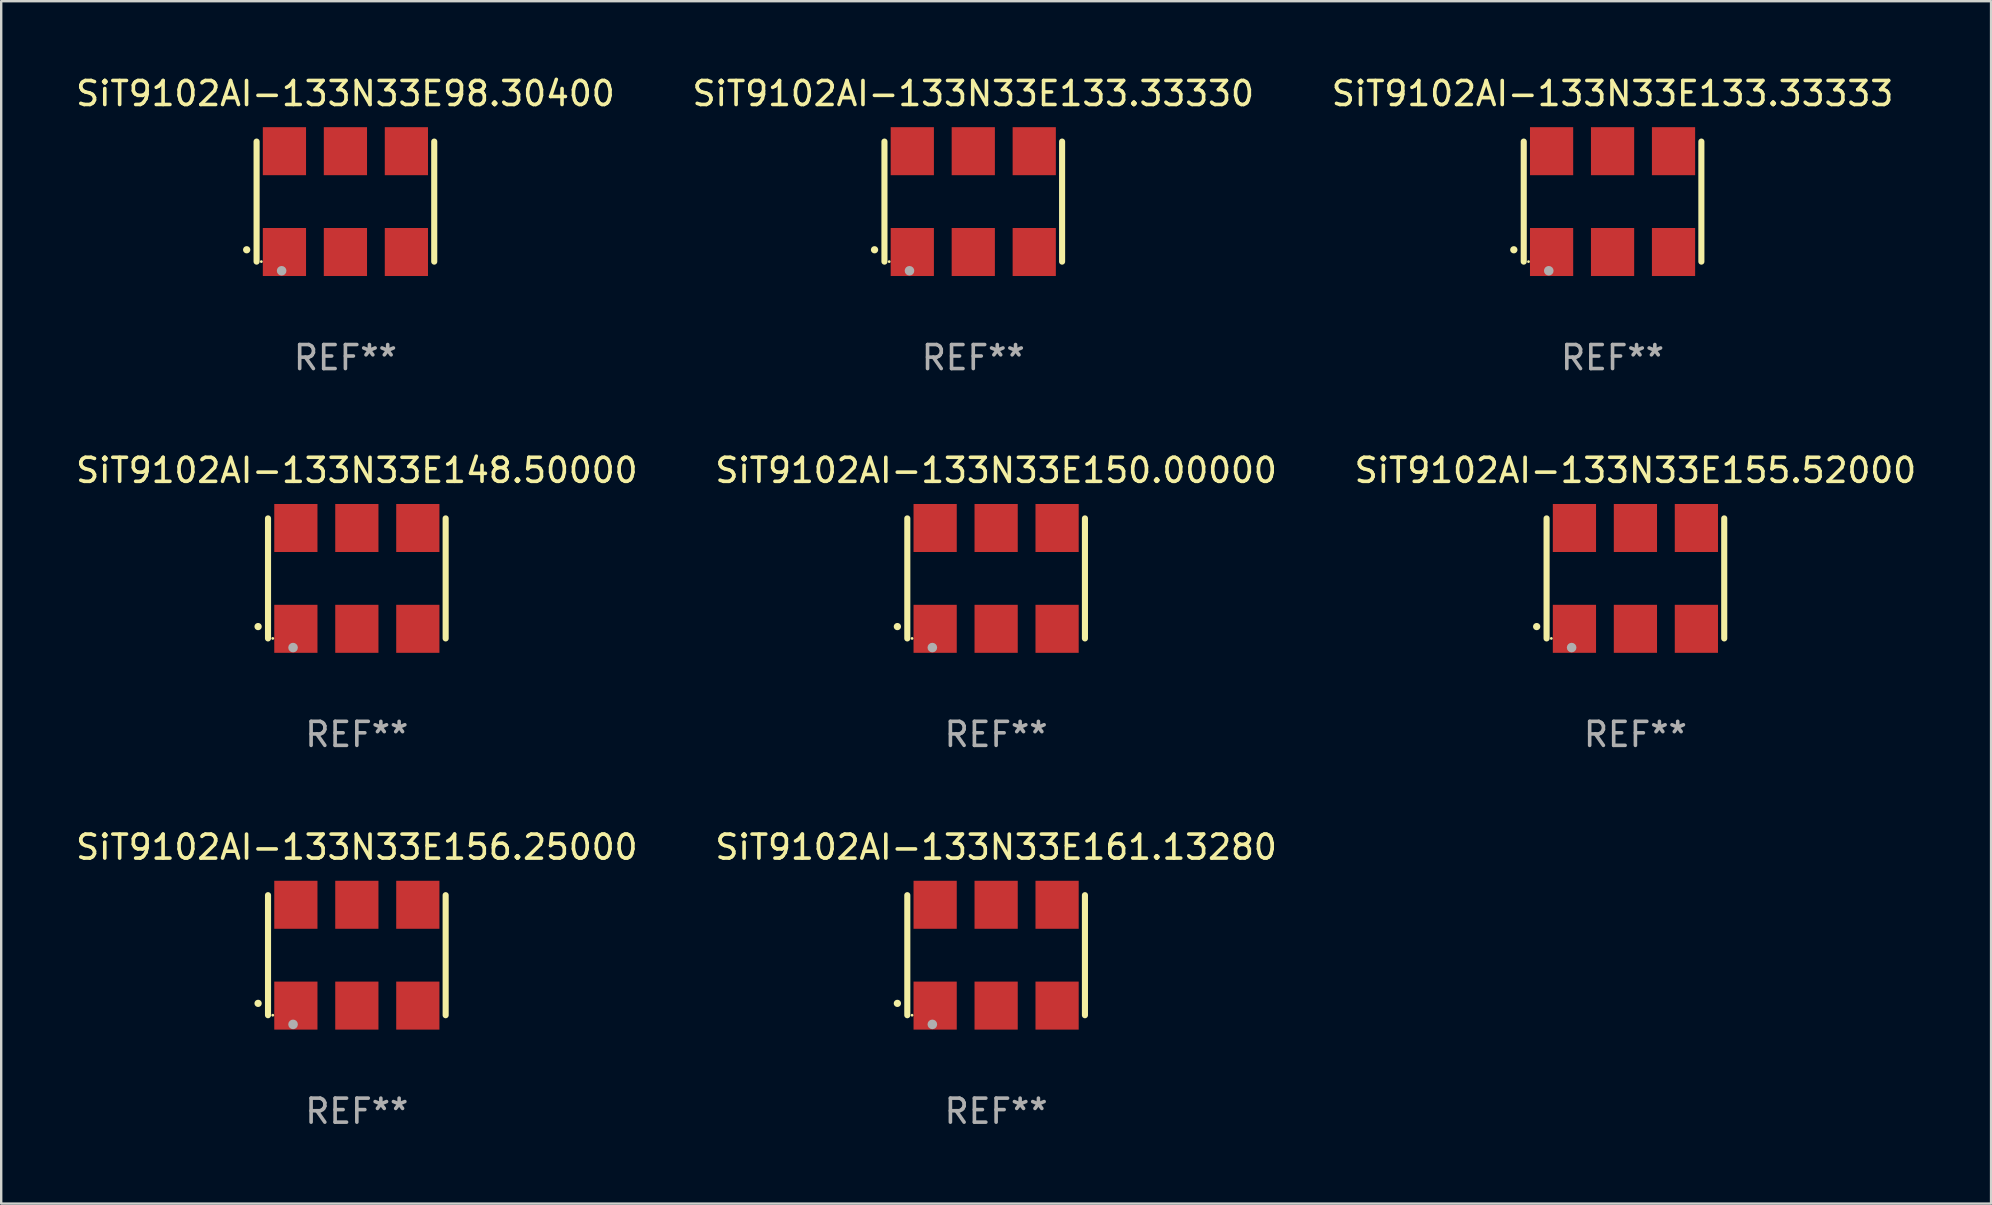
<source format=kicad_pcb>
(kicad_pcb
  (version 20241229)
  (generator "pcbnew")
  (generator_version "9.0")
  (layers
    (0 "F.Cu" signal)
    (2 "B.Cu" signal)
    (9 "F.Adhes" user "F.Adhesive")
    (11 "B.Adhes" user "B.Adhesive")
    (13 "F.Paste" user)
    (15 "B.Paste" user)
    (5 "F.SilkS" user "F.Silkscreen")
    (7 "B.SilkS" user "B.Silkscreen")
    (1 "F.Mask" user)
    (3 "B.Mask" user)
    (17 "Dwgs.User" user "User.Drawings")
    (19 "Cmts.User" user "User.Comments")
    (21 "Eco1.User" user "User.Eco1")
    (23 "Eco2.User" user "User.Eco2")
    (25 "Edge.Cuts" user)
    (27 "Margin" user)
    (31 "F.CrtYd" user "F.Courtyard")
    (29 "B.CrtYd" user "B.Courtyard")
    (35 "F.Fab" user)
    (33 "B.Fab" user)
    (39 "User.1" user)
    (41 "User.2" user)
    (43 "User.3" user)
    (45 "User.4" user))
  (footprint "SiT9102AI-133N33E133.33333"
    (layer "F.Cu")
    (at 64.125 5.348)
    (property "Reference" "SiT9102AI-133N33E133.33333" (at 0 -4.5 0) (layer "F.SilkS") (effects (font (size 1 1) (thickness 0.15))))
    (attr through_hole)
    (fp_line (start -3.7 -2.5) (end -3.7 2.5) (stroke (width 0.254) (type solid)) (layer "F.SilkS"))
    (fp_line (start 3.7 -2.5) (end 3.7 2.5) (stroke (width 0.254) (type solid)) (layer "F.SilkS"))
    (fp_arc (start -4.114415 2.006604) (mid -4.113145 2.006599) (end -4.111875 2.006604) (stroke (width 0.3) (type solid)) (layer "F.SilkS"))
    (fp_circle (center -3.502 2.5) (end -3.472 2.5) (stroke (width 0.06) (type solid)) (fill no) (layer "F.SilkS"))
    (fp_circle (center -2.657 2.882) (end -2.557 2.882) (stroke (width 0.2) (type solid)) (fill no) (layer "F.Fab"))
    (fp_text user "REF**" (at 0 6.5 0) (layer "F.Fab") (effects (font (size 1 1) (thickness 0.15))))
    (pad "1" smd rect (at -2.54 2.1) (size 1.8 2) (layers "F.Cu" "F.Mask" "F.Paste"))
    (pad "2" smd rect (at 0.000394 2.1) (size 1.8 2) (layers "F.Cu" "F.Mask" "F.Paste"))
    (pad "3" smd rect (at 2.54 2.1) (size 1.8 2) (layers "F.Cu" "F.Mask" "F.Paste"))
    (pad "4" smd rect (at 2.54 -2.1) (size 1.8 2) (layers "F.Cu" "F.Mask" "F.Paste"))
    (pad "5" smd rect (at 0.000394 -2.1) (size 1.8 2) (layers "F.Cu" "F.Mask" "F.Paste"))
    (pad "6" smd rect (at -2.54 -2.1) (size 1.8 2) (layers "F.Cu" "F.Mask" "F.Paste")))
  (footprint "SiT9102AI-133N33E150.00000"
    (layer "F.Cu")
    (at 38.446 21.045)
    (property "Reference" "SiT9102AI-133N33E150.00000" (at 0 -4.5 0) (layer "F.SilkS") (effects (font (size 1 1) (thickness 0.15))))
    (attr through_hole)
    (fp_line (start -3.7 -2.5) (end -3.7 2.5) (stroke (width 0.254) (type solid)) (layer "F.SilkS"))
    (fp_line (start 3.7 -2.5) (end 3.7 2.5) (stroke (width 0.254) (type solid)) (layer "F.SilkS"))
    (fp_arc (start -4.114415 2.006604) (mid -4.113145 2.006599) (end -4.111875 2.006604) (stroke (width 0.3) (type solid)) (layer "F.SilkS"))
    (fp_circle (center -3.502 2.5) (end -3.472 2.5) (stroke (width 0.06) (type solid)) (fill no) (layer "F.SilkS"))
    (fp_circle (center -2.657 2.882) (end -2.557 2.882) (stroke (width 0.2) (type solid)) (fill no) (layer "F.Fab"))
    (fp_text user "REF**" (at 0 6.5 0) (layer "F.Fab") (effects (font (size 1 1) (thickness 0.15))))
    (pad "1" smd rect (at -2.54 2.1) (size 1.8 2) (layers "F.Cu" "F.Mask" "F.Paste"))
    (pad "2" smd rect (at 0.000394 2.1) (size 1.8 2) (layers "F.Cu" "F.Mask" "F.Paste"))
    (pad "3" smd rect (at 2.54 2.1) (size 1.8 2) (layers "F.Cu" "F.Mask" "F.Paste"))
    (pad "4" smd rect (at 2.54 -2.1) (size 1.8 2) (layers "F.Cu" "F.Mask" "F.Paste"))
    (pad "5" smd rect (at 0.000394 -2.1) (size 1.8 2) (layers "F.Cu" "F.Mask" "F.Paste"))
    (pad "6" smd rect (at -2.54 -2.1) (size 1.8 2) (layers "F.Cu" "F.Mask" "F.Paste")))
  (footprint "SiT9102AI-133N33E98.30400"
    (layer "F.Cu")
    (at 11.339 5.348)
    (property "Reference" "SiT9102AI-133N33E98.30400" (at 0 -4.5 0) (layer "F.SilkS") (effects (font (size 1 1) (thickness 0.15))))
    (attr through_hole)
    (fp_line (start -3.7 -2.5) (end -3.7 2.5) (stroke (width 0.254) (type solid)) (layer "F.SilkS"))
    (fp_line (start 3.7 -2.5) (end 3.7 2.5) (stroke (width 0.254) (type solid)) (layer "F.SilkS"))
    (fp_arc (start -4.114415 2.006604) (mid -4.113145 2.006599) (end -4.111875 2.006604) (stroke (width 0.3) (type solid)) (layer "F.SilkS"))
    (fp_circle (center -3.502 2.5) (end -3.472 2.5) (stroke (width 0.06) (type solid)) (fill no) (layer "F.SilkS"))
    (fp_circle (center -2.657 2.882) (end -2.557 2.882) (stroke (width 0.2) (type solid)) (fill no) (layer "F.Fab"))
    (fp_text user "REF**" (at 0 6.5 0) (layer "F.Fab") (effects (font (size 1 1) (thickness 0.15))))
    (pad "1" smd rect (at -2.54 2.1) (size 1.8 2) (layers "F.Cu" "F.Mask" "F.Paste"))
    (pad "2" smd rect (at 0.000394 2.1) (size 1.8 2) (layers "F.Cu" "F.Mask" "F.Paste"))
    (pad "3" smd rect (at 2.54 2.1) (size 1.8 2) (layers "F.Cu" "F.Mask" "F.Paste"))
    (pad "4" smd rect (at 2.54 -2.1) (size 1.8 2) (layers "F.Cu" "F.Mask" "F.Paste"))
    (pad "5" smd rect (at 0.000394 -2.1) (size 1.8 2) (layers "F.Cu" "F.Mask" "F.Paste"))
    (pad "6" smd rect (at -2.54 -2.1) (size 1.8 2) (layers "F.Cu" "F.Mask" "F.Paste")))
  (footprint "SiT9102AI-133N33E155.52000"
    (layer "F.Cu")
    (at 65.077 21.045)
    (property "Reference" "SiT9102AI-133N33E155.52000" (at 0 -4.5 0) (layer "F.SilkS") (effects (font (size 1 1) (thickness 0.15))))
    (attr through_hole)
    (fp_line (start -3.7 -2.5) (end -3.7 2.5) (stroke (width 0.254) (type solid)) (layer "F.SilkS"))
    (fp_line (start 3.7 -2.5) (end 3.7 2.5) (stroke (width 0.254) (type solid)) (layer "F.SilkS"))
    (fp_arc (start -4.114415 2.006604) (mid -4.113145 2.006599) (end -4.111875 2.006604) (stroke (width 0.3) (type solid)) (layer "F.SilkS"))
    (fp_circle (center -3.502 2.5) (end -3.472 2.5) (stroke (width 0.06) (type solid)) (fill no) (layer "F.SilkS"))
    (fp_circle (center -2.657 2.882) (end -2.557 2.882) (stroke (width 0.2) (type solid)) (fill no) (layer "F.Fab"))
    (fp_text user "REF**" (at 0 6.5 0) (layer "F.Fab") (effects (font (size 1 1) (thickness 0.15))))
    (pad "1" smd rect (at -2.54 2.1) (size 1.8 2) (layers "F.Cu" "F.Mask" "F.Paste"))
    (pad "2" smd rect (at 0.000394 2.1) (size 1.8 2) (layers "F.Cu" "F.Mask" "F.Paste"))
    (pad "3" smd rect (at 2.54 2.1) (size 1.8 2) (layers "F.Cu" "F.Mask" "F.Paste"))
    (pad "4" smd rect (at 2.54 -2.1) (size 1.8 2) (layers "F.Cu" "F.Mask" "F.Paste"))
    (pad "5" smd rect (at 0.000394 -2.1) (size 1.8 2) (layers "F.Cu" "F.Mask" "F.Paste"))
    (pad "6" smd rect (at -2.54 -2.1) (size 1.8 2) (layers "F.Cu" "F.Mask" "F.Paste")))
  (footprint "SiT9102AI-133N33E148.50000"
    (layer "F.Cu")
    (at 11.815 21.045)
    (property "Reference" "SiT9102AI-133N33E148.50000" (at 0 -4.5 0) (layer "F.SilkS") (effects (font (size 1 1) (thickness 0.15))))
    (attr through_hole)
    (fp_line (start -3.7 -2.5) (end -3.7 2.5) (stroke (width 0.254) (type solid)) (layer "F.SilkS"))
    (fp_line (start 3.7 -2.5) (end 3.7 2.5) (stroke (width 0.254) (type solid)) (layer "F.SilkS"))
    (fp_arc (start -4.114415 2.006604) (mid -4.113145 2.006599) (end -4.111875 2.006604) (stroke (width 0.3) (type solid)) (layer "F.SilkS"))
    (fp_circle (center -3.502 2.5) (end -3.472 2.5) (stroke (width 0.06) (type solid)) (fill no) (layer "F.SilkS"))
    (fp_circle (center -2.657 2.882) (end -2.557 2.882) (stroke (width 0.2) (type solid)) (fill no) (layer "F.Fab"))
    (fp_text user "REF**" (at 0 6.5 0) (layer "F.Fab") (effects (font (size 1 1) (thickness 0.15))))
    (pad "1" smd rect (at -2.54 2.1) (size 1.8 2) (layers "F.Cu" "F.Mask" "F.Paste"))
    (pad "2" smd rect (at 0.000394 2.1) (size 1.8 2) (layers "F.Cu" "F.Mask" "F.Paste"))
    (pad "3" smd rect (at 2.54 2.1) (size 1.8 2) (layers "F.Cu" "F.Mask" "F.Paste"))
    (pad "4" smd rect (at 2.54 -2.1) (size 1.8 2) (layers "F.Cu" "F.Mask" "F.Paste"))
    (pad "5" smd rect (at 0.000394 -2.1) (size 1.8 2) (layers "F.Cu" "F.Mask" "F.Paste"))
    (pad "6" smd rect (at -2.54 -2.1) (size 1.8 2) (layers "F.Cu" "F.Mask" "F.Paste")))
  (footprint "SiT9102AI-133N33E133.33330"
    (layer "F.Cu")
    (at 37.494 5.348)
    (property "Reference" "SiT9102AI-133N33E133.33330" (at 0 -4.5 0) (layer "F.SilkS") (effects (font (size 1 1) (thickness 0.15))))
    (attr through_hole)
    (fp_line (start -3.7 -2.5) (end -3.7 2.5) (stroke (width 0.254) (type solid)) (layer "F.SilkS"))
    (fp_line (start 3.7 -2.5) (end 3.7 2.5) (stroke (width 0.254) (type solid)) (layer "F.SilkS"))
    (fp_arc (start -4.114415 2.006604) (mid -4.113145 2.006599) (end -4.111875 2.006604) (stroke (width 0.3) (type solid)) (layer "F.SilkS"))
    (fp_circle (center -3.502 2.5) (end -3.472 2.5) (stroke (width 0.06) (type solid)) (fill no) (layer "F.SilkS"))
    (fp_circle (center -2.657 2.882) (end -2.557 2.882) (stroke (width 0.2) (type solid)) (fill no) (layer "F.Fab"))
    (fp_text user "REF**" (at 0 6.5 0) (layer "F.Fab") (effects (font (size 1 1) (thickness 0.15))))
    (pad "1" smd rect (at -2.54 2.1) (size 1.8 2) (layers "F.Cu" "F.Mask" "F.Paste"))
    (pad "2" smd rect (at 0.000394 2.1) (size 1.8 2) (layers "F.Cu" "F.Mask" "F.Paste"))
    (pad "3" smd rect (at 2.54 2.1) (size 1.8 2) (layers "F.Cu" "F.Mask" "F.Paste"))
    (pad "4" smd rect (at 2.54 -2.1) (size 1.8 2) (layers "F.Cu" "F.Mask" "F.Paste"))
    (pad "5" smd rect (at 0.000394 -2.1) (size 1.8 2) (layers "F.Cu" "F.Mask" "F.Paste"))
    (pad "6" smd rect (at -2.54 -2.1) (size 1.8 2) (layers "F.Cu" "F.Mask" "F.Paste")))
  (footprint "SiT9102AI-133N33E161.13280"
    (layer "F.Cu")
    (at 38.446 36.741)
    (property "Reference" "SiT9102AI-133N33E161.13280" (at 0 -4.5 0) (layer "F.SilkS") (effects (font (size 1 1) (thickness 0.15))))
    (attr through_hole)
    (fp_line (start -3.7 -2.5) (end -3.7 2.5) (stroke (width 0.254) (type solid)) (layer "F.SilkS"))
    (fp_line (start 3.7 -2.5) (end 3.7 2.5) (stroke (width 0.254) (type solid)) (layer "F.SilkS"))
    (fp_arc (start -4.114415 2.006604) (mid -4.113145 2.006599) (end -4.111875 2.006604) (stroke (width 0.3) (type solid)) (layer "F.SilkS"))
    (fp_circle (center -3.502 2.5) (end -3.472 2.5) (stroke (width 0.06) (type solid)) (fill no) (layer "F.SilkS"))
    (fp_circle (center -2.657 2.882) (end -2.557 2.882) (stroke (width 0.2) (type solid)) (fill no) (layer "F.Fab"))
    (fp_text user "REF**" (at 0 6.5 0) (layer "F.Fab") (effects (font (size 1 1) (thickness 0.15))))
    (pad "1" smd rect (at -2.54 2.1) (size 1.8 2) (layers "F.Cu" "F.Mask" "F.Paste"))
    (pad "2" smd rect (at 0.000394 2.1) (size 1.8 2) (layers "F.Cu" "F.Mask" "F.Paste"))
    (pad "3" smd rect (at 2.54 2.1) (size 1.8 2) (layers "F.Cu" "F.Mask" "F.Paste"))
    (pad "4" smd rect (at 2.54 -2.1) (size 1.8 2) (layers "F.Cu" "F.Mask" "F.Paste"))
    (pad "5" smd rect (at 0.000394 -2.1) (size 1.8 2) (layers "F.Cu" "F.Mask" "F.Paste"))
    (pad "6" smd rect (at -2.54 -2.1) (size 1.8 2) (layers "F.Cu" "F.Mask" "F.Paste")))
  (footprint "SiT9102AI-133N33E156.25000"
    (layer "F.Cu")
    (at 11.815 36.741)
    (property "Reference" "SiT9102AI-133N33E156.25000" (at 0 -4.5 0) (layer "F.SilkS") (effects (font (size 1 1) (thickness 0.15))))
    (attr through_hole)
    (fp_line (start -3.7 -2.5) (end -3.7 2.5) (stroke (width 0.254) (type solid)) (layer "F.SilkS"))
    (fp_line (start 3.7 -2.5) (end 3.7 2.5) (stroke (width 0.254) (type solid)) (layer "F.SilkS"))
    (fp_arc (start -4.114415 2.006604) (mid -4.113145 2.006599) (end -4.111875 2.006604) (stroke (width 0.3) (type solid)) (layer "F.SilkS"))
    (fp_circle (center -3.502 2.5) (end -3.472 2.5) (stroke (width 0.06) (type solid)) (fill no) (layer "F.SilkS"))
    (fp_circle (center -2.657 2.882) (end -2.557 2.882) (stroke (width 0.2) (type solid)) (fill no) (layer "F.Fab"))
    (fp_text user "REF**" (at 0 6.5 0) (layer "F.Fab") (effects (font (size 1 1) (thickness 0.15))))
    (pad "1" smd rect (at -2.54 2.1) (size 1.8 2) (layers "F.Cu" "F.Mask" "F.Paste"))
    (pad "2" smd rect (at 0.000394 2.1) (size 1.8 2) (layers "F.Cu" "F.Mask" "F.Paste"))
    (pad "3" smd rect (at 2.54 2.1) (size 1.8 2) (layers "F.Cu" "F.Mask" "F.Paste"))
    (pad "4" smd rect (at 2.54 -2.1) (size 1.8 2) (layers "F.Cu" "F.Mask" "F.Paste"))
    (pad "5" smd rect (at 0.000394 -2.1) (size 1.8 2) (layers "F.Cu" "F.Mask" "F.Paste"))
    (pad "6" smd rect (at -2.54 -2.1) (size 1.8 2) (layers "F.Cu" "F.Mask" "F.Paste")))
  (gr_rect
    (start -3 -3)
    (end 79.893 47.09)
    (stroke (width 0.1) (type default))
    (fill no)
    (layer "Edge.Cuts")))
</source>
